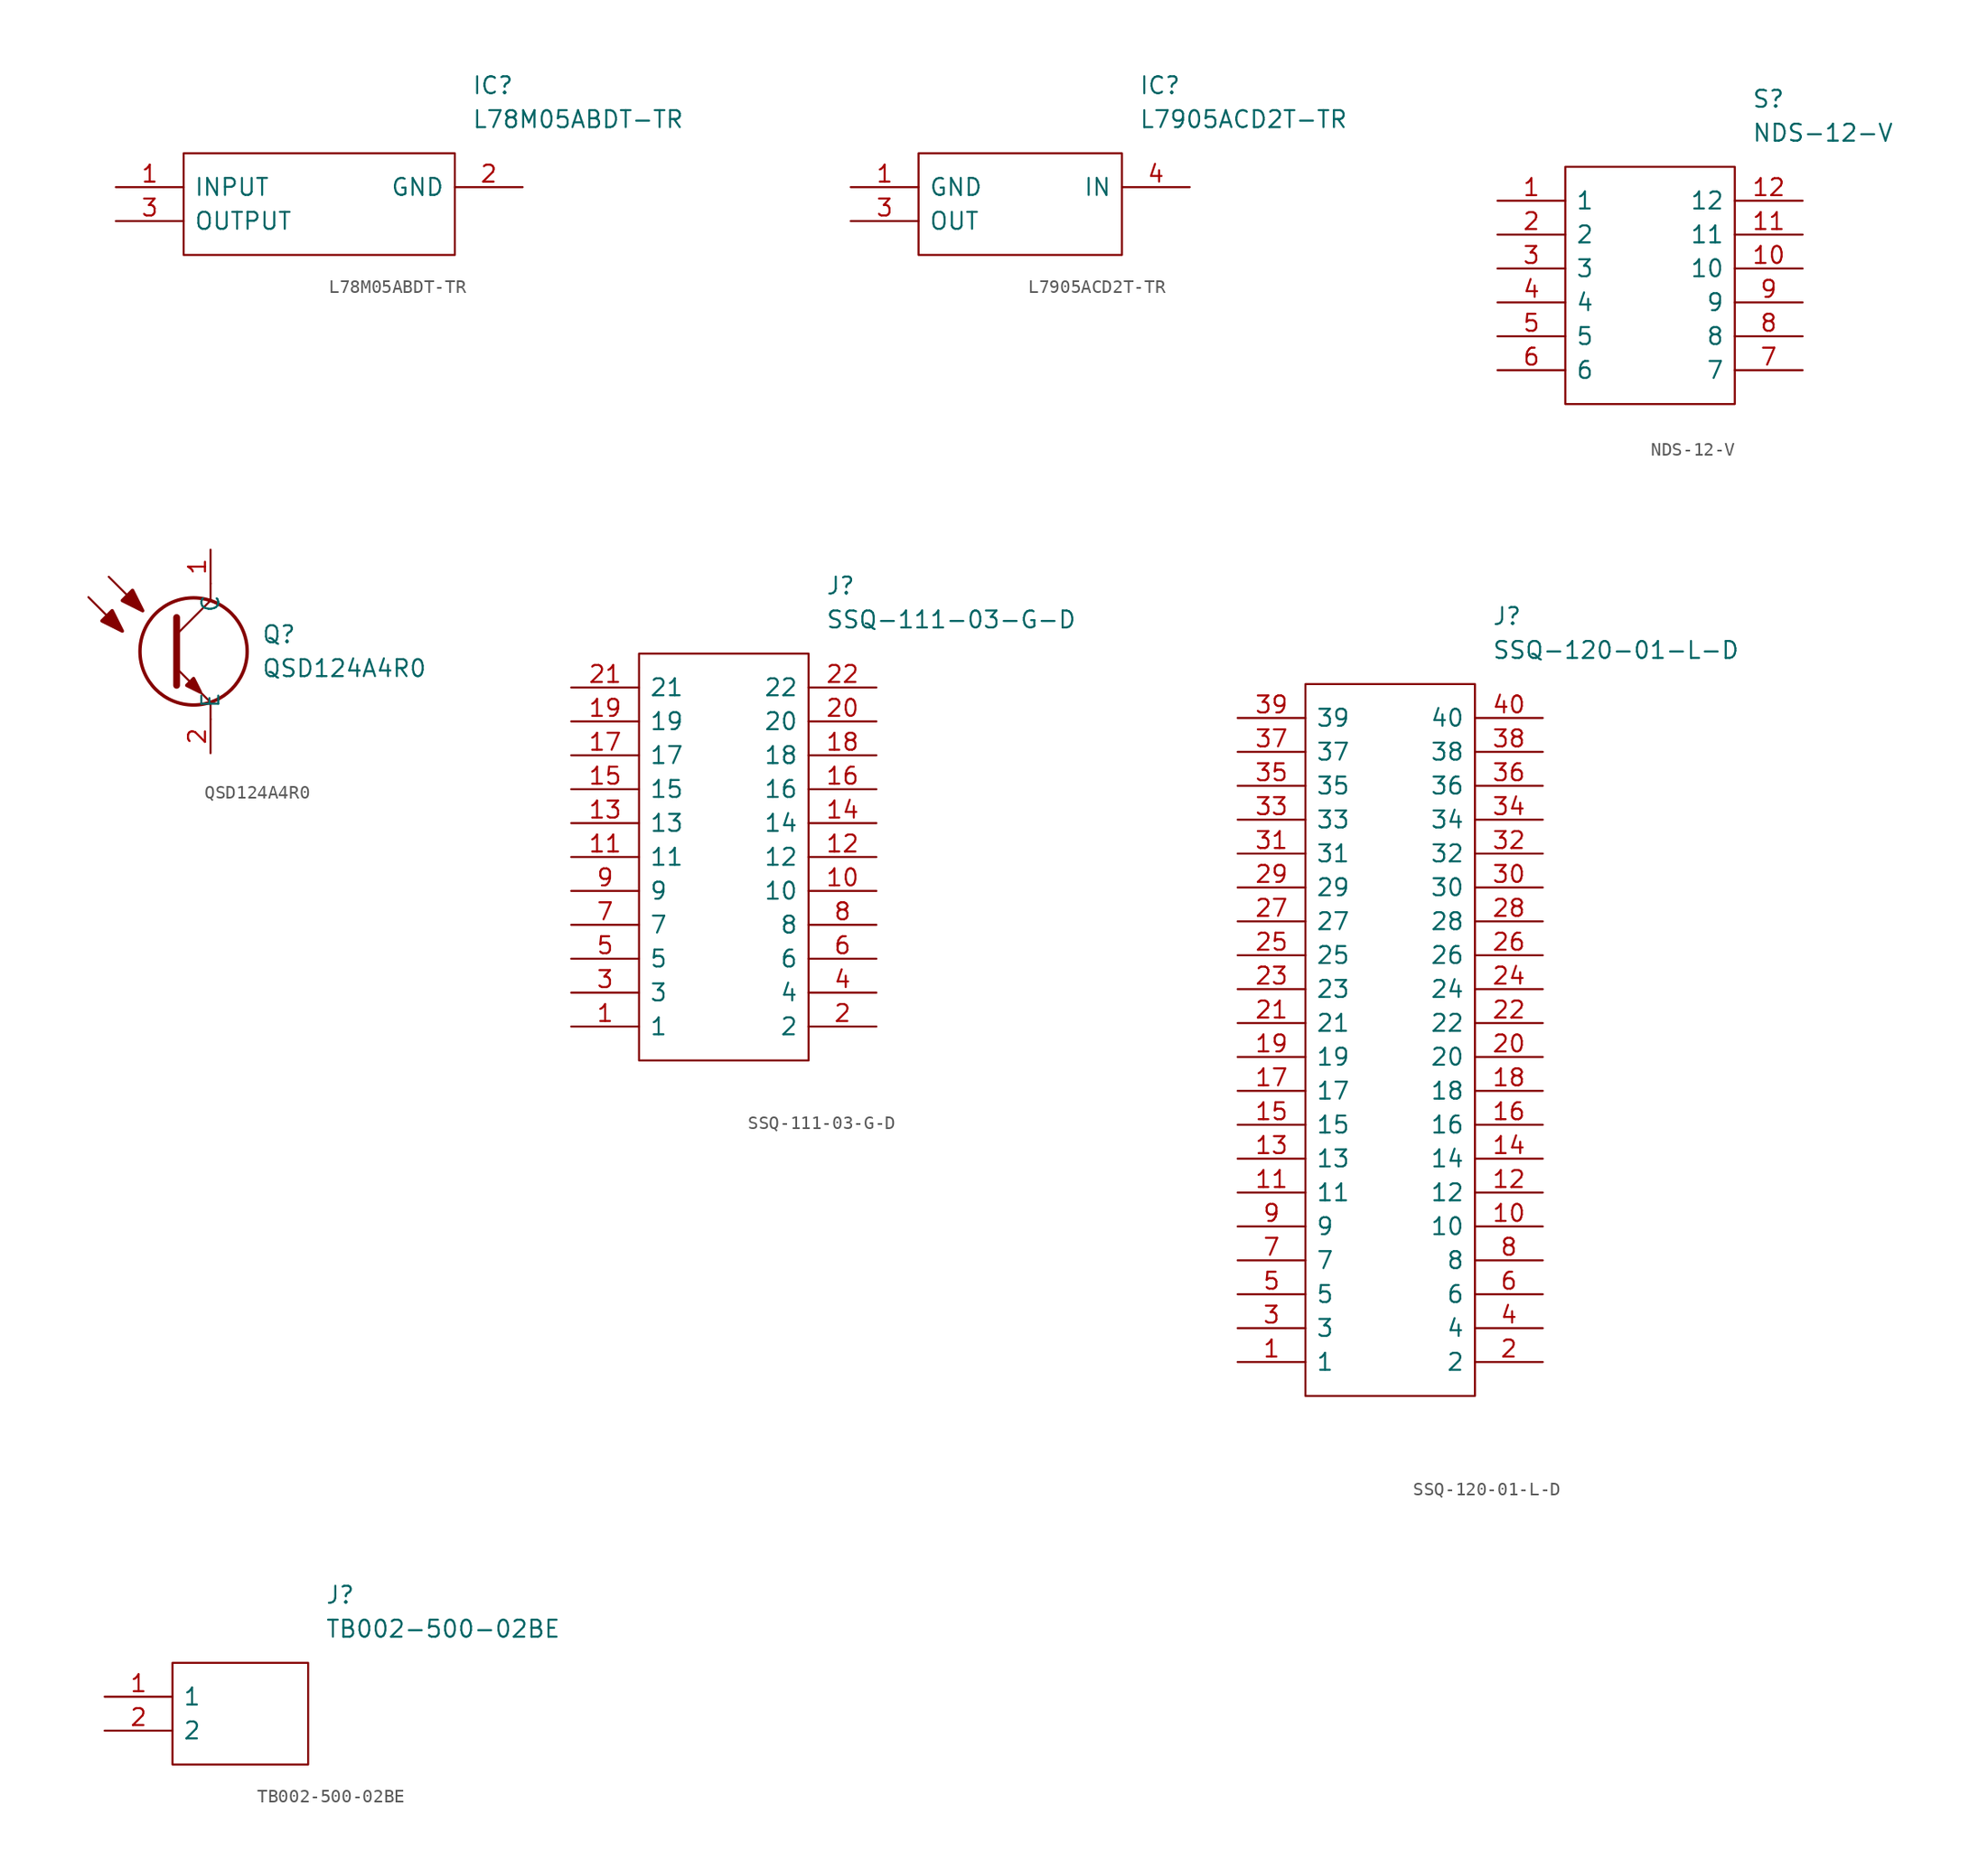
<source format=kicad_sym>
(kicad_symbol_lib
  (version 20211014)
  (generator kicad_symbol_editor)
  (symbol "L78M05ABDT-TR"
    (pin_names
      (offset 0.762))
    (property "Reference" "IC"
      (at 26.67 7.62 0)
      (effects (font (size 1.27 1.27)) (justify left)))
    (property "Value" "L78M05ABDT-TR"
      (at 26.67 5.08 0)
      (effects (font (size 1.27 1.27)) (justify left)))
    (symbol "L78M05ABDT-TR_0_0"
      (pin passive line (at 0 0 0) (length 5.08) (name "INPUT" (effects (font (size 1.27 1.27)))) (number "1" (effects (font (size 1.27 1.27)))))
      (pin passive line (at 30.48 0 180) (length 5.08) (name "GND" (effects (font (size 1.27 1.27)))) (number "2" (effects (font (size 1.27 1.27)))))
      (pin passive line (at 0 -2.54 0) (length 5.08) (name "OUTPUT" (effects (font (size 1.27 1.27)))) (number "3" (effects (font (size 1.27 1.27))))))
    (symbol "L78M05ABDT-TR_0_1"
      (polyline (pts (xy 5.08 2.54) (xy 25.4 2.54) (xy 25.4 -5.08) (xy 5.08 -5.08) (xy 5.08 2.54)) (stroke (width 0.152) (type default) (color 0 0 0 0)) (fill (type none)))))
  (symbol "L7905ACD2T-TR"
    (pin_names
      (offset 0.762))
    (property "Reference" "IC"
      (at 21.59 7.62 0)
      (effects (font (size 1.27 1.27)) (justify left)))
    (property "Value" "L7905ACD2T-TR"
      (at 21.59 5.08 0)
      (effects (font (size 1.27 1.27)) (justify left)))
    (symbol "L7905ACD2T-TR_0_0"
      (pin power_in line (at 0 0 0) (length 5.08) (name "GND" (effects (font (size 1.27 1.27)))) (number "1" (effects (font (size 1.27 1.27)))))
      (pin output line (at 0 -2.54 0) (length 5.08) (name "OUT" (effects (font (size 1.27 1.27)))) (number "3" (effects (font (size 1.27 1.27)))))
      (pin input line (at 25.4 0 180) (length 5.08) (name "IN" (effects (font (size 1.27 1.27)))) (number "4" (effects (font (size 1.27 1.27))))))
    (symbol "L7905ACD2T-TR_0_1"
      (polyline (pts (xy 5.08 2.54) (xy 20.32 2.54) (xy 20.32 -5.08) (xy 5.08 -5.08) (xy 5.08 2.54)) (stroke (width 0.152) (type default) (color 0 0 0 0)) (fill (type none)))))
  (symbol "NDS-12-V"
    (pin_names
      (offset 0.762))
    (property "Reference" "S"
      (at 19.05 7.62 0)
      (effects (font (size 1.27 1.27)) (justify left)))
    (property "Value" "NDS-12-V"
      (at 19.05 5.08 0)
      (effects (font (size 1.27 1.27)) (justify left)))
    (symbol "NDS-12-V_0_0"
      (pin passive line (at 0 0 0) (length 5.08) (name "1" (effects (font (size 1.27 1.27)))) (number "1" (effects (font (size 1.27 1.27)))))
      (pin passive line (at 22.86 -5.08 180) (length 5.08) (name "10" (effects (font (size 1.27 1.27)))) (number "10" (effects (font (size 1.27 1.27)))))
      (pin passive line (at 22.86 -2.54 180) (length 5.08) (name "11" (effects (font (size 1.27 1.27)))) (number "11" (effects (font (size 1.27 1.27)))))
      (pin passive line (at 22.86 0 180) (length 5.08) (name "12" (effects (font (size 1.27 1.27)))) (number "12" (effects (font (size 1.27 1.27)))))
      (pin passive line (at 0 -2.54 0) (length 5.08) (name "2" (effects (font (size 1.27 1.27)))) (number "2" (effects (font (size 1.27 1.27)))))
      (pin passive line (at 0 -5.08 0) (length 5.08) (name "3" (effects (font (size 1.27 1.27)))) (number "3" (effects (font (size 1.27 1.27)))))
      (pin passive line (at 0 -7.62 0) (length 5.08) (name "4" (effects (font (size 1.27 1.27)))) (number "4" (effects (font (size 1.27 1.27)))))
      (pin passive line (at 0 -10.16 0) (length 5.08) (name "5" (effects (font (size 1.27 1.27)))) (number "5" (effects (font (size 1.27 1.27)))))
      (pin passive line (at 0 -12.7 0) (length 5.08) (name "6" (effects (font (size 1.27 1.27)))) (number "6" (effects (font (size 1.27 1.27)))))
      (pin passive line (at 22.86 -12.7 180) (length 5.08) (name "7" (effects (font (size 1.27 1.27)))) (number "7" (effects (font (size 1.27 1.27)))))
      (pin passive line (at 22.86 -10.16 180) (length 5.08) (name "8" (effects (font (size 1.27 1.27)))) (number "8" (effects (font (size 1.27 1.27)))))
      (pin passive line (at 22.86 -7.62 180) (length 5.08) (name "9" (effects (font (size 1.27 1.27)))) (number "9" (effects (font (size 1.27 1.27))))))
    (symbol "NDS-12-V_0_1"
      (polyline (pts (xy 5.08 2.54) (xy 17.78 2.54) (xy 17.78 -15.24) (xy 5.08 -15.24) (xy 5.08 2.54)) (stroke (width 0.152) (type default) (color 0 0 0 0)) (fill (type none)))))
  (symbol "QSD124A4R0"
    (pin_names
      (offset 0.762))
    (property "Reference" "Q"
      (at 3.81 -6.35 0)
      (effects (font (size 1.27 1.27)) (justify left)))
    (property "Value" "QSD124A4R0"
      (at 3.81 -8.89 0)
      (effects (font (size 1.27 1.27)) (justify left)))
    (symbol "QSD124A4R0_0_0"
      (pin passive line (at 0 0 270) (length 2.54) (name "C" (effects (font (size 1.27 1.27)))) (number "1" (effects (font (size 1.27 1.27)))))
      (pin passive line (at 0 -15.24 90) (length 2.54) (name "E" (effects (font (size 1.27 1.27)))) (number "2" (effects (font (size 1.27 1.27))))))
    (symbol "QSD124A4R0_0_1"
      (circle (center -1.27 -7.62) (radius 4.013) (stroke (width 0.254) (type default) (color 0 0 0 0)) (fill (type none)))
      (polyline (pts (xy -9.144 -3.556) (xy -6.604 -6.096)) (stroke (width 0.152) (type default) (color 0 0 0 0)) (fill (type none)))
      (polyline (pts (xy -7.62 -2.032) (xy -5.08 -4.572)) (stroke (width 0.152) (type default) (color 0 0 0 0)) (fill (type none)))
      (polyline (pts (xy -2.54 -8.89) (xy 0 -11.43)) (stroke (width 0.152) (type default) (color 0 0 0 0)) (fill (type none)))
      (polyline (pts (xy -2.54 -6.35) (xy 0 -3.81)) (stroke (width 0.152) (type default) (color 0 0 0 0)) (fill (type none)))
      (polyline (pts (xy -2.54 -5.08) (xy -2.54 -10.16)) (stroke (width 0.508) (type default) (color 0 0 0 0)) (fill (type none)))
      (polyline (pts (xy 0 -11.43) (xy 0 -12.7)) (stroke (width 0.152) (type default) (color 0 0 0 0)) (fill (type none)))
      (polyline (pts (xy 0 -3.81) (xy 0 -2.54)) (stroke (width 0.152) (type default) (color 0 0 0 0)) (fill (type none)))
      (polyline (pts (xy -8.128 -5.334) (xy -7.366 -4.572) (xy -6.604 -6.096) (xy -8.128 -5.334)) (stroke (width 0.254) (type default) (color 0 0 0 0)) (fill (type outline)))
      (polyline (pts (xy -6.604 -3.81) (xy -5.842 -3.048) (xy -5.08 -4.572) (xy -6.604 -3.81)) (stroke (width 0.254) (type default) (color 0 0 0 0)) (fill (type outline)))
      (polyline (pts (xy -1.778 -10.16) (xy -1.27 -9.652) (xy -0.762 -10.668) (xy -1.778 -10.16)) (stroke (width 0.254) (type default) (color 0 0 0 0)) (fill (type outline)))))
  (symbol "SSQ-111-03-G-D"
    (pin_names
      (offset 0.762))
    (property "Reference" "J"
      (at 19.05 7.62 0)
      (effects (font (size 1.27 1.27)) (justify left)))
    (property "Value" "SSQ-111-03-G-D"
      (at 19.05 5.08 0)
      (effects (font (size 1.27 1.27)) (justify left)))
    (symbol "SSQ-111-03-G-D_0_0"
      (pin passive line (at 0 -25.4 0) (length 5.08) (name "1" (effects (font (size 1.27 1.27)))) (number "1" (effects (font (size 1.27 1.27)))))
      (pin passive line (at 22.86 -15.24 180) (length 5.08) (name "10" (effects (font (size 1.27 1.27)))) (number "10" (effects (font (size 1.27 1.27)))))
      (pin passive line (at 0 -12.7 0) (length 5.08) (name "11" (effects (font (size 1.27 1.27)))) (number "11" (effects (font (size 1.27 1.27)))))
      (pin passive line (at 22.86 -12.7 180) (length 5.08) (name "12" (effects (font (size 1.27 1.27)))) (number "12" (effects (font (size 1.27 1.27)))))
      (pin passive line (at 0 -10.16 0) (length 5.08) (name "13" (effects (font (size 1.27 1.27)))) (number "13" (effects (font (size 1.27 1.27)))))
      (pin passive line (at 22.86 -10.16 180) (length 5.08) (name "14" (effects (font (size 1.27 1.27)))) (number "14" (effects (font (size 1.27 1.27)))))
      (pin passive line (at 0 -7.62 0) (length 5.08) (name "15" (effects (font (size 1.27 1.27)))) (number "15" (effects (font (size 1.27 1.27)))))
      (pin passive line (at 22.86 -7.62 180) (length 5.08) (name "16" (effects (font (size 1.27 1.27)))) (number "16" (effects (font (size 1.27 1.27)))))
      (pin passive line (at 0 -5.08 0) (length 5.08) (name "17" (effects (font (size 1.27 1.27)))) (number "17" (effects (font (size 1.27 1.27)))))
      (pin passive line (at 22.86 -5.08 180) (length 5.08) (name "18" (effects (font (size 1.27 1.27)))) (number "18" (effects (font (size 1.27 1.27)))))
      (pin passive line (at 0 -2.54 0) (length 5.08) (name "19" (effects (font (size 1.27 1.27)))) (number "19" (effects (font (size 1.27 1.27)))))
      (pin passive line (at 22.86 -25.4 180) (length 5.08) (name "2" (effects (font (size 1.27 1.27)))) (number "2" (effects (font (size 1.27 1.27)))))
      (pin passive line (at 22.86 -2.54 180) (length 5.08) (name "20" (effects (font (size 1.27 1.27)))) (number "20" (effects (font (size 1.27 1.27)))))
      (pin passive line (at 0 0 0) (length 5.08) (name "21" (effects (font (size 1.27 1.27)))) (number "21" (effects (font (size 1.27 1.27)))))
      (pin passive line (at 22.86 0 180) (length 5.08) (name "22" (effects (font (size 1.27 1.27)))) (number "22" (effects (font (size 1.27 1.27)))))
      (pin passive line (at 0 -22.86 0) (length 5.08) (name "3" (effects (font (size 1.27 1.27)))) (number "3" (effects (font (size 1.27 1.27)))))
      (pin passive line (at 22.86 -22.86 180) (length 5.08) (name "4" (effects (font (size 1.27 1.27)))) (number "4" (effects (font (size 1.27 1.27)))))
      (pin passive line (at 0 -20.32 0) (length 5.08) (name "5" (effects (font (size 1.27 1.27)))) (number "5" (effects (font (size 1.27 1.27)))))
      (pin passive line (at 22.86 -20.32 180) (length 5.08) (name "6" (effects (font (size 1.27 1.27)))) (number "6" (effects (font (size 1.27 1.27)))))
      (pin passive line (at 0 -17.78 0) (length 5.08) (name "7" (effects (font (size 1.27 1.27)))) (number "7" (effects (font (size 1.27 1.27)))))
      (pin passive line (at 22.86 -17.78 180) (length 5.08) (name "8" (effects (font (size 1.27 1.27)))) (number "8" (effects (font (size 1.27 1.27)))))
      (pin passive line (at 0 -15.24 0) (length 5.08) (name "9" (effects (font (size 1.27 1.27)))) (number "9" (effects (font (size 1.27 1.27))))))
    (symbol "SSQ-111-03-G-D_0_1"
      (polyline (pts (xy 5.08 2.54) (xy 17.78 2.54) (xy 17.78 -27.94) (xy 5.08 -27.94) (xy 5.08 2.54)) (stroke (width 0.152) (type default) (color 0 0 0 0)) (fill (type none)))))
  (symbol "SSQ-120-01-L-D"
    (pin_names
      (offset 0.762))
    (property "Reference" "J"
      (at 19.05 7.62 0)
      (effects (font (size 1.27 1.27)) (justify left)))
    (property "Value" "SSQ-120-01-L-D"
      (at 19.05 5.08 0)
      (effects (font (size 1.27 1.27)) (justify left)))
    (symbol "SSQ-120-01-L-D_0_0"
      (pin passive line (at 0 -48.26 0) (length 5.08) (name "1" (effects (font (size 1.27 1.27)))) (number "1" (effects (font (size 1.27 1.27)))))
      (pin passive line (at 22.86 -38.1 180) (length 5.08) (name "10" (effects (font (size 1.27 1.27)))) (number "10" (effects (font (size 1.27 1.27)))))
      (pin passive line (at 0 -35.56 0) (length 5.08) (name "11" (effects (font (size 1.27 1.27)))) (number "11" (effects (font (size 1.27 1.27)))))
      (pin passive line (at 22.86 -35.56 180) (length 5.08) (name "12" (effects (font (size 1.27 1.27)))) (number "12" (effects (font (size 1.27 1.27)))))
      (pin passive line (at 0 -33.02 0) (length 5.08) (name "13" (effects (font (size 1.27 1.27)))) (number "13" (effects (font (size 1.27 1.27)))))
      (pin passive line (at 22.86 -33.02 180) (length 5.08) (name "14" (effects (font (size 1.27 1.27)))) (number "14" (effects (font (size 1.27 1.27)))))
      (pin passive line (at 0 -30.48 0) (length 5.08) (name "15" (effects (font (size 1.27 1.27)))) (number "15" (effects (font (size 1.27 1.27)))))
      (pin passive line (at 22.86 -30.48 180) (length 5.08) (name "16" (effects (font (size 1.27 1.27)))) (number "16" (effects (font (size 1.27 1.27)))))
      (pin passive line (at 0 -27.94 0) (length 5.08) (name "17" (effects (font (size 1.27 1.27)))) (number "17" (effects (font (size 1.27 1.27)))))
      (pin passive line (at 22.86 -27.94 180) (length 5.08) (name "18" (effects (font (size 1.27 1.27)))) (number "18" (effects (font (size 1.27 1.27)))))
      (pin passive line (at 0 -25.4 0) (length 5.08) (name "19" (effects (font (size 1.27 1.27)))) (number "19" (effects (font (size 1.27 1.27)))))
      (pin passive line (at 22.86 -48.26 180) (length 5.08) (name "2" (effects (font (size 1.27 1.27)))) (number "2" (effects (font (size 1.27 1.27)))))
      (pin passive line (at 22.86 -25.4 180) (length 5.08) (name "20" (effects (font (size 1.27 1.27)))) (number "20" (effects (font (size 1.27 1.27)))))
      (pin passive line (at 0 -22.86 0) (length 5.08) (name "21" (effects (font (size 1.27 1.27)))) (number "21" (effects (font (size 1.27 1.27)))))
      (pin passive line (at 22.86 -22.86 180) (length 5.08) (name "22" (effects (font (size 1.27 1.27)))) (number "22" (effects (font (size 1.27 1.27)))))
      (pin passive line (at 0 -20.32 0) (length 5.08) (name "23" (effects (font (size 1.27 1.27)))) (number "23" (effects (font (size 1.27 1.27)))))
      (pin passive line (at 22.86 -20.32 180) (length 5.08) (name "24" (effects (font (size 1.27 1.27)))) (number "24" (effects (font (size 1.27 1.27)))))
      (pin passive line (at 0 -17.78 0) (length 5.08) (name "25" (effects (font (size 1.27 1.27)))) (number "25" (effects (font (size 1.27 1.27)))))
      (pin passive line (at 22.86 -17.78 180) (length 5.08) (name "26" (effects (font (size 1.27 1.27)))) (number "26" (effects (font (size 1.27 1.27)))))
      (pin passive line (at 0 -15.24 0) (length 5.08) (name "27" (effects (font (size 1.27 1.27)))) (number "27" (effects (font (size 1.27 1.27)))))
      (pin passive line (at 22.86 -15.24 180) (length 5.08) (name "28" (effects (font (size 1.27 1.27)))) (number "28" (effects (font (size 1.27 1.27)))))
      (pin passive line (at 0 -12.7 0) (length 5.08) (name "29" (effects (font (size 1.27 1.27)))) (number "29" (effects (font (size 1.27 1.27)))))
      (pin passive line (at 0 -45.72 0) (length 5.08) (name "3" (effects (font (size 1.27 1.27)))) (number "3" (effects (font (size 1.27 1.27)))))
      (pin passive line (at 22.86 -12.7 180) (length 5.08) (name "30" (effects (font (size 1.27 1.27)))) (number "30" (effects (font (size 1.27 1.27)))))
      (pin passive line (at 0 -10.16 0) (length 5.08) (name "31" (effects (font (size 1.27 1.27)))) (number "31" (effects (font (size 1.27 1.27)))))
      (pin passive line (at 22.86 -10.16 180) (length 5.08) (name "32" (effects (font (size 1.27 1.27)))) (number "32" (effects (font (size 1.27 1.27)))))
      (pin passive line (at 0 -7.62 0) (length 5.08) (name "33" (effects (font (size 1.27 1.27)))) (number "33" (effects (font (size 1.27 1.27)))))
      (pin passive line (at 22.86 -7.62 180) (length 5.08) (name "34" (effects (font (size 1.27 1.27)))) (number "34" (effects (font (size 1.27 1.27)))))
      (pin passive line (at 0 -5.08 0) (length 5.08) (name "35" (effects (font (size 1.27 1.27)))) (number "35" (effects (font (size 1.27 1.27)))))
      (pin passive line (at 22.86 -5.08 180) (length 5.08) (name "36" (effects (font (size 1.27 1.27)))) (number "36" (effects (font (size 1.27 1.27)))))
      (pin passive line (at 0 -2.54 0) (length 5.08) (name "37" (effects (font (size 1.27 1.27)))) (number "37" (effects (font (size 1.27 1.27)))))
      (pin passive line (at 22.86 -2.54 180) (length 5.08) (name "38" (effects (font (size 1.27 1.27)))) (number "38" (effects (font (size 1.27 1.27)))))
      (pin passive line (at 0 0 0) (length 5.08) (name "39" (effects (font (size 1.27 1.27)))) (number "39" (effects (font (size 1.27 1.27)))))
      (pin passive line (at 22.86 -45.72 180) (length 5.08) (name "4" (effects (font (size 1.27 1.27)))) (number "4" (effects (font (size 1.27 1.27)))))
      (pin passive line (at 22.86 0 180) (length 5.08) (name "40" (effects (font (size 1.27 1.27)))) (number "40" (effects (font (size 1.27 1.27)))))
      (pin passive line (at 0 -43.18 0) (length 5.08) (name "5" (effects (font (size 1.27 1.27)))) (number "5" (effects (font (size 1.27 1.27)))))
      (pin passive line (at 22.86 -43.18 180) (length 5.08) (name "6" (effects (font (size 1.27 1.27)))) (number "6" (effects (font (size 1.27 1.27)))))
      (pin passive line (at 0 -40.64 0) (length 5.08) (name "7" (effects (font (size 1.27 1.27)))) (number "7" (effects (font (size 1.27 1.27)))))
      (pin passive line (at 22.86 -40.64 180) (length 5.08) (name "8" (effects (font (size 1.27 1.27)))) (number "8" (effects (font (size 1.27 1.27)))))
      (pin passive line (at 0 -38.1 0) (length 5.08) (name "9" (effects (font (size 1.27 1.27)))) (number "9" (effects (font (size 1.27 1.27))))))
    (symbol "SSQ-120-01-L-D_0_1"
      (polyline (pts (xy 5.08 2.54) (xy 17.78 2.54) (xy 17.78 -50.8) (xy 5.08 -50.8) (xy 5.08 2.54)) (stroke (width 0.152) (type default) (color 0 0 0 0)) (fill (type none)))))
  (symbol "TB002-500-02BE"
    (pin_names
      (offset 0.762))
    (property "Reference" "J"
      (at 16.51 7.62 0)
      (effects (font (size 1.27 1.27)) (justify left)))
    (property "Value" "TB002-500-02BE"
      (at 16.51 5.08 0)
      (effects (font (size 1.27 1.27)) (justify left)))
    (symbol "TB002-500-02BE_0_0"
      (pin passive line (at 0 0 0) (length 5.08) (name "1" (effects (font (size 1.27 1.27)))) (number "1" (effects (font (size 1.27 1.27)))))
      (pin passive line (at 0 -2.54 0) (length 5.08) (name "2" (effects (font (size 1.27 1.27)))) (number "2" (effects (font (size 1.27 1.27))))))
    (symbol "TB002-500-02BE_0_1"
      (polyline (pts (xy 5.08 2.54) (xy 15.24 2.54) (xy 15.24 -5.08) (xy 5.08 -5.08) (xy 5.08 2.54)) (stroke (width 0.152) (type default) (color 0 0 0 0)) (fill (type none))))))
</source>
